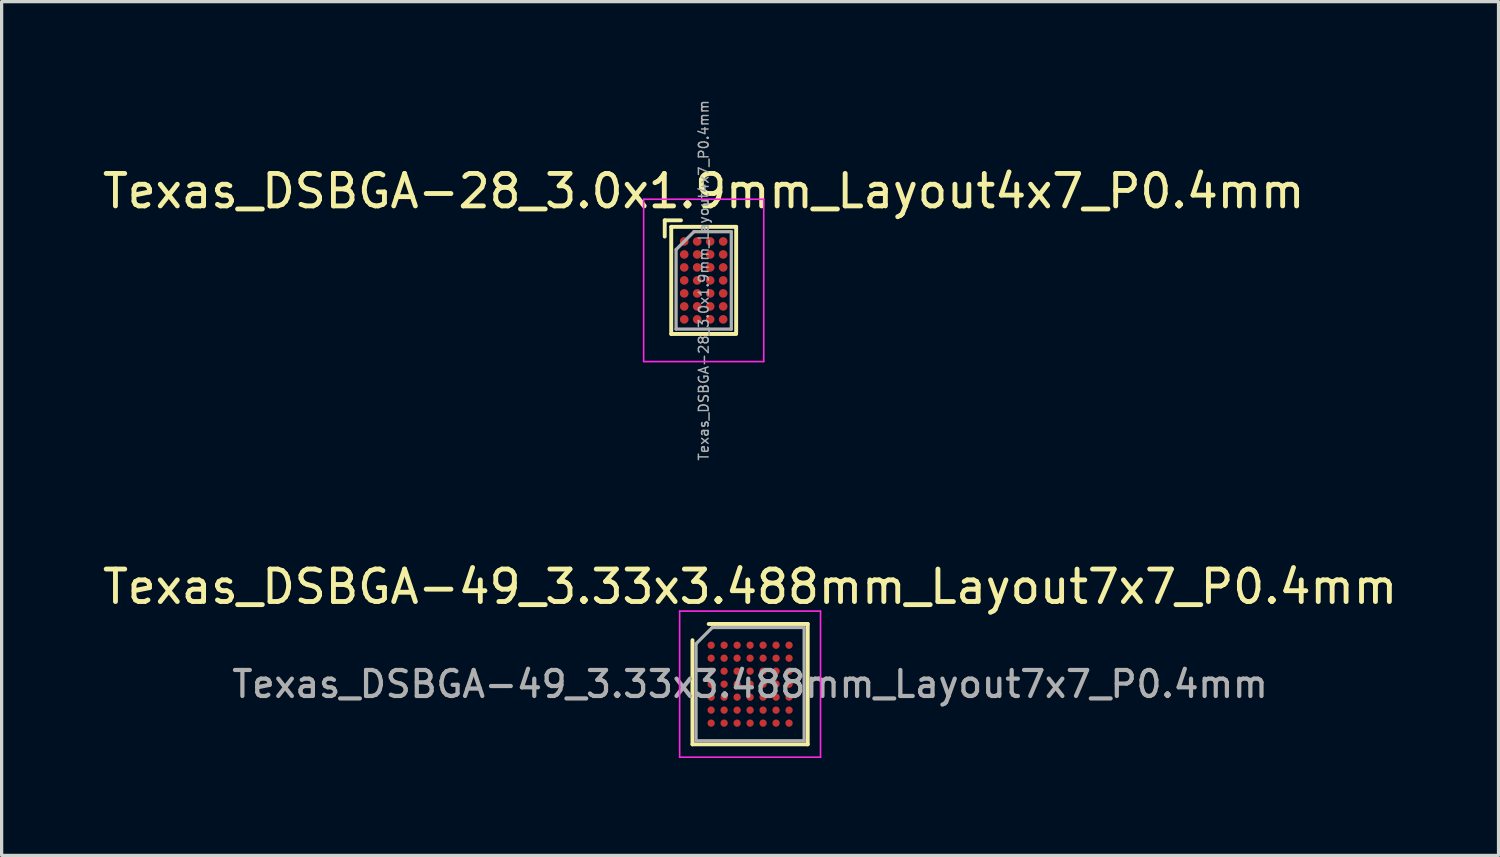
<source format=kicad_pcb>
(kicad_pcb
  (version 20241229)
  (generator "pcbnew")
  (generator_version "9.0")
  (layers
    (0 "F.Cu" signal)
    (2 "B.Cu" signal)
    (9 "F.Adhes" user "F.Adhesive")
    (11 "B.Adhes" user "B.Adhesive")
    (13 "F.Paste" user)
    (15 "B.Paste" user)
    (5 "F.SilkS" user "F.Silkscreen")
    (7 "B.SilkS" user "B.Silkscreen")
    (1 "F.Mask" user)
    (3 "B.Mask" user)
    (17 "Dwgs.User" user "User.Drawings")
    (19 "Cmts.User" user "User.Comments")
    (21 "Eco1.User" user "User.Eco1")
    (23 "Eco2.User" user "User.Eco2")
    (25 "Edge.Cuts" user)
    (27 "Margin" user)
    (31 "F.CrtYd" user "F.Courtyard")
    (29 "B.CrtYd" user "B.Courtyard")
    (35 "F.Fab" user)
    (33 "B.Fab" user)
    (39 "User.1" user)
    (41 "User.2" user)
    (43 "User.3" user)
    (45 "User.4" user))
  (footprint "Texas_DSBGA-49_3.33x3.488mm_Layout7x7_P0.4mm"
    (layer "F.Cu")
    (at 20.054 18.023)
    (property "Reference" "Texas_DSBGA-49_3.33x3.488mm_Layout7x7_P0.4mm" (at 0 -3 0) (layer "F.SilkS") (effects (font (size 1 1) (thickness 0.15))))
    (attr smd)
    (fp_line (start -1.775 1.854) (end -1.775 -1.354) (stroke (width 0.12) (type solid)) (layer "F.SilkS"))
    (fp_line (start 1.775 -1.854) (end -1.275 -1.854) (stroke (width 0.12) (type solid)) (layer "F.SilkS"))
    (fp_line (start 1.775 1.854) (end -1.775 1.854) (stroke (width 0.12) (type solid)) (layer "F.SilkS"))
    (fp_line (start 1.775 1.854) (end 1.775 -1.854) (stroke (width 0.12) (type solid)) (layer "F.SilkS"))
    (fp_line (start -2.17 -2.25) (end 2.17 -2.25) (stroke (width 0.05) (type solid)) (layer "F.CrtYd"))
    (fp_line (start -2.17 2.25) (end -2.17 -2.25) (stroke (width 0.05) (type solid)) (layer "F.CrtYd"))
    (fp_line (start -2.17 2.25) (end 2.17 2.25) (stroke (width 0.05) (type solid)) (layer "F.CrtYd"))
    (fp_line (start 2.17 2.25) (end 2.17 -2.25) (stroke (width 0.05) (type solid)) (layer "F.CrtYd"))
    (fp_line (start -1.665 -1.244) (end -1.665 1.744) (stroke (width 0.1) (type solid)) (layer "F.Fab"))
    (fp_line (start -1.665 -1.244) (end -1.165 -1.744) (stroke (width 0.1) (type solid)) (layer "F.Fab"))
    (fp_line (start 1.665 -1.744) (end -1.165 -1.744) (stroke (width 0.1) (type solid)) (layer "F.Fab"))
    (fp_line (start 1.665 -1.744) (end 1.665 1.744) (stroke (width 0.1) (type solid)) (layer "F.Fab"))
    (fp_line (start 1.665 1.744) (end -1.665 1.744) (stroke (width 0.1) (type solid)) (layer "F.Fab"))
    (fp_text user "${REFERENCE}" (at 0 0 0) (layer "F.Fab") (effects (font (size 0.8 0.8) (thickness 0.13))))
    (pad "A1" smd circle (at -1.2 -1.2) (size 0.225 0.225) (layers "F.Cu" "F.Mask" "F.Paste"))
    (pad "A2" smd circle (at -0.8 -1.2) (size 0.225 0.225) (layers "F.Cu" "F.Mask" "F.Paste"))
    (pad "A3" smd circle (at -0.4 -1.2) (size 0.225 0.225) (layers "F.Cu" "F.Mask" "F.Paste"))
    (pad "A4" smd circle (at 0 -1.2) (size 0.225 0.225) (layers "F.Cu" "F.Mask" "F.Paste"))
    (pad "A5" smd circle (at 0.4 -1.2) (size 0.225 0.225) (layers "F.Cu" "F.Mask" "F.Paste"))
    (pad "A6" smd circle (at 0.8 -1.2) (size 0.225 0.225) (layers "F.Cu" "F.Mask" "F.Paste"))
    (pad "A7" smd circle (at 1.2 -1.2) (size 0.225 0.225) (layers "F.Cu" "F.Mask" "F.Paste"))
    (pad "B1" smd circle (at -1.2 -0.8) (size 0.225 0.225) (layers "F.Cu" "F.Mask" "F.Paste"))
    (pad "B2" smd circle (at -0.8 -0.8) (size 0.225 0.225) (layers "F.Cu" "F.Mask" "F.Paste"))
    (pad "B3" smd circle (at -0.4 -0.8) (size 0.225 0.225) (layers "F.Cu" "F.Mask" "F.Paste"))
    (pad "B4" smd circle (at 0 -0.8) (size 0.225 0.225) (layers "F.Cu" "F.Mask" "F.Paste"))
    (pad "B5" smd circle (at 0.4 -0.8) (size 0.225 0.225) (layers "F.Cu" "F.Mask" "F.Paste"))
    (pad "B6" smd circle (at 0.8 -0.8) (size 0.225 0.225) (layers "F.Cu" "F.Mask" "F.Paste"))
    (pad "B7" smd circle (at 1.2 -0.8) (size 0.225 0.225) (layers "F.Cu" "F.Mask" "F.Paste"))
    (pad "C1" smd circle (at -1.2 -0.4) (size 0.225 0.225) (layers "F.Cu" "F.Mask" "F.Paste"))
    (pad "C2" smd circle (at -0.8 -0.4) (size 0.225 0.225) (layers "F.Cu" "F.Mask" "F.Paste"))
    (pad "C3" smd circle (at -0.4 -0.4) (size 0.225 0.225) (layers "F.Cu" "F.Mask" "F.Paste"))
    (pad "C4" smd circle (at 0 -0.4) (size 0.225 0.225) (layers "F.Cu" "F.Mask" "F.Paste"))
    (pad "C5" smd circle (at 0.4 -0.4) (size 0.225 0.225) (layers "F.Cu" "F.Mask" "F.Paste"))
    (pad "C6" smd circle (at 0.8 -0.4) (size 0.225 0.225) (layers "F.Cu" "F.Mask" "F.Paste"))
    (pad "C7" smd circle (at 1.2 -0.4) (size 0.225 0.225) (layers "F.Cu" "F.Mask" "F.Paste"))
    (pad "D1" smd circle (at -1.2 0) (size 0.225 0.225) (layers "F.Cu" "F.Mask" "F.Paste"))
    (pad "D2" smd circle (at -0.8 0) (size 0.225 0.225) (layers "F.Cu" "F.Mask" "F.Paste"))
    (pad "D3" smd circle (at -0.4 0) (size 0.225 0.225) (layers "F.Cu" "F.Mask" "F.Paste"))
    (pad "D4" smd circle (at 0 0) (size 0.225 0.225) (layers "F.Cu" "F.Mask" "F.Paste"))
    (pad "D5" smd circle (at 0.4 0) (size 0.225 0.225) (layers "F.Cu" "F.Mask" "F.Paste"))
    (pad "D6" smd circle (at 0.8 0) (size 0.225 0.225) (layers "F.Cu" "F.Mask" "F.Paste"))
    (pad "D7" smd circle (at 1.2 0) (size 0.225 0.225) (layers "F.Cu" "F.Mask" "F.Paste"))
    (pad "E1" smd circle (at -1.2 0.4) (size 0.225 0.225) (layers "F.Cu" "F.Mask" "F.Paste"))
    (pad "E2" smd circle (at -0.8 0.4) (size 0.225 0.225) (layers "F.Cu" "F.Mask" "F.Paste"))
    (pad "E3" smd circle (at -0.4 0.4) (size 0.225 0.225) (layers "F.Cu" "F.Mask" "F.Paste"))
    (pad "E4" smd circle (at 0 0.4) (size 0.225 0.225) (layers "F.Cu" "F.Mask" "F.Paste"))
    (pad "E5" smd circle (at 0.4 0.4) (size 0.225 0.225) (layers "F.Cu" "F.Mask" "F.Paste"))
    (pad "E6" smd circle (at 0.8 0.4) (size 0.225 0.225) (layers "F.Cu" "F.Mask" "F.Paste"))
    (pad "E7" smd circle (at 1.2 0.4) (size 0.225 0.225) (layers "F.Cu" "F.Mask" "F.Paste"))
    (pad "F1" smd circle (at -1.2 0.8) (size 0.225 0.225) (layers "F.Cu" "F.Mask" "F.Paste"))
    (pad "F2" smd circle (at -0.8 0.8) (size 0.225 0.225) (layers "F.Cu" "F.Mask" "F.Paste"))
    (pad "F3" smd circle (at -0.4 0.8) (size 0.225 0.225) (layers "F.Cu" "F.Mask" "F.Paste"))
    (pad "F4" smd circle (at 0 0.8) (size 0.225 0.225) (layers "F.Cu" "F.Mask" "F.Paste"))
    (pad "F5" smd circle (at 0.4 0.8) (size 0.225 0.225) (layers "F.Cu" "F.Mask" "F.Paste"))
    (pad "F6" smd circle (at 0.8 0.8) (size 0.225 0.225) (layers "F.Cu" "F.Mask" "F.Paste"))
    (pad "F7" smd circle (at 1.2 0.8) (size 0.225 0.225) (layers "F.Cu" "F.Mask" "F.Paste"))
    (pad "G1" smd circle (at -1.2 1.2) (size 0.225 0.225) (layers "F.Cu" "F.Mask" "F.Paste"))
    (pad "G2" smd circle (at -0.8 1.2) (size 0.225 0.225) (layers "F.Cu" "F.Mask" "F.Paste"))
    (pad "G3" smd circle (at -0.4 1.2) (size 0.225 0.225) (layers "F.Cu" "F.Mask" "F.Paste"))
    (pad "G4" smd circle (at 0 1.2) (size 0.225 0.225) (layers "F.Cu" "F.Mask" "F.Paste"))
    (pad "G5" smd circle (at 0.4 1.2) (size 0.225 0.225) (layers "F.Cu" "F.Mask" "F.Paste"))
    (pad "G6" smd circle (at 0.8 1.2) (size 0.225 0.225) (layers "F.Cu" "F.Mask" "F.Paste"))
    (pad "G7" smd circle (at 1.2 1.2) (size 0.225 0.225) (layers "F.Cu" "F.Mask" "F.Paste")))
  (footprint "Texas_DSBGA-28_3.0x1.9mm_Layout4x7_P0.4mm"
    (layer "F.Cu")
    (at 18.625 5.587)
    (property "Reference" "Texas_DSBGA-28_3.0x1.9mm_Layout4x7_P0.4mm" (at 0 -2.75 0) (layer "F.SilkS") (effects (font (size 1 1) (thickness 0.15))))
    (attr smd)
    (fp_line (start -1.2 -1.85) (end -1.2 -1.35) (stroke (width 0.12) (type solid)) (layer "F.SilkS"))
    (fp_line (start -1 -1.65) (end -1 1.65) (stroke (width 0.12) (type solid)) (layer "F.SilkS"))
    (fp_line (start -1 -1.65) (end 1 -1.65) (stroke (width 0.12) (type solid)) (layer "F.SilkS"))
    (fp_line (start -1 1.65) (end 1 1.65) (stroke (width 0.12) (type solid)) (layer "F.SilkS"))
    (fp_line (start -0.7 -1.85) (end -1.2 -1.85) (stroke (width 0.12) (type solid)) (layer "F.SilkS"))
    (fp_line (start 1 1.6) (end 1 -1.65) (stroke (width 0.12) (type solid)) (layer "F.SilkS"))
    (fp_line (start -1.85 -2.5) (end 1.85 -2.5) (stroke (width 0.05) (type solid)) (layer "F.CrtYd"))
    (fp_line (start -1.85 2.5) (end -1.85 -2.5) (stroke (width 0.05) (type solid)) (layer "F.CrtYd"))
    (fp_line (start -1.85 2.5) (end 1.85 2.5) (stroke (width 0.05) (type solid)) (layer "F.CrtYd"))
    (fp_line (start 1.85 -2.5) (end 1.85 2.5) (stroke (width 0.05) (type solid)) (layer "F.CrtYd"))
    (fp_line (start -0.85 -0.95) (end -0.3 -1.5) (stroke (width 0.1) (type solid)) (layer "F.Fab"))
    (fp_line (start -0.85 1.5) (end -0.85 -0.95) (stroke (width 0.1) (type solid)) (layer "F.Fab"))
    (fp_line (start -0.85 1.5) (end 0.85 1.5) (stroke (width 0.1) (type solid)) (layer "F.Fab"))
    (fp_line (start 0.85 -1.5) (end -0.3 -1.5) (stroke (width 0.1) (type solid)) (layer "F.Fab"))
    (fp_line (start 0.85 1.5) (end 0.85 -1.5) (stroke (width 0.1) (type solid)) (layer "F.Fab"))
    (fp_text user "${REFERENCE}" (at 0 0 90) (layer "F.Fab") (effects (font (size 0.3 0.3) (thickness 0.045))))
    (pad "A1" smd circle (at -0.6 -1.2) (size 0.265 0.265) (layers "F.Cu" "F.Mask" "F.Paste"))
    (pad "A2" smd circle (at -0.2 -1.2) (size 0.265 0.265) (layers "F.Cu" "F.Mask" "F.Paste"))
    (pad "A3" smd circle (at 0.2 -1.2) (size 0.265 0.265) (layers "F.Cu" "F.Mask" "F.Paste"))
    (pad "A4" smd circle (at 0.6 -1.2) (size 0.265 0.265) (layers "F.Cu" "F.Mask" "F.Paste"))
    (pad "B1" smd circle (at -0.6 -0.8) (size 0.265 0.265) (layers "F.Cu" "F.Mask" "F.Paste"))
    (pad "B2" smd circle (at -0.2 -0.8) (size 0.265 0.265) (layers "F.Cu" "F.Mask" "F.Paste"))
    (pad "B3" smd circle (at 0.2 -0.8) (size 0.265 0.265) (layers "F.Cu" "F.Mask" "F.Paste"))
    (pad "B4" smd circle (at 0.6 -0.8) (size 0.265 0.265) (layers "F.Cu" "F.Mask" "F.Paste"))
    (pad "C1" smd circle (at -0.6 -0.4) (size 0.265 0.265) (layers "F.Cu" "F.Mask" "F.Paste"))
    (pad "C2" smd circle (at -0.2 -0.4) (size 0.265 0.265) (layers "F.Cu" "F.Mask" "F.Paste"))
    (pad "C3" smd circle (at 0.2 -0.4) (size 0.265 0.265) (layers "F.Cu" "F.Mask" "F.Paste"))
    (pad "C4" smd circle (at 0.6 -0.4) (size 0.265 0.265) (layers "F.Cu" "F.Mask" "F.Paste"))
    (pad "D1" smd circle (at -0.6 0) (size 0.265 0.265) (layers "F.Cu" "F.Mask" "F.Paste"))
    (pad "D2" smd circle (at -0.2 0) (size 0.265 0.265) (layers "F.Cu" "F.Mask" "F.Paste"))
    (pad "D3" smd circle (at 0.2 0) (size 0.265 0.265) (layers "F.Cu" "F.Mask" "F.Paste"))
    (pad "D4" smd circle (at 0.6 0) (size 0.265 0.265) (layers "F.Cu" "F.Mask" "F.Paste"))
    (pad "E1" smd circle (at -0.6 0.4) (size 0.265 0.265) (layers "F.Cu" "F.Mask" "F.Paste"))
    (pad "E2" smd circle (at -0.2 0.4) (size 0.265 0.265) (layers "F.Cu" "F.Mask" "F.Paste"))
    (pad "E3" smd circle (at 0.2 0.4) (size 0.265 0.265) (layers "F.Cu" "F.Mask" "F.Paste"))
    (pad "E4" smd circle (at 0.6 0.4) (size 0.265 0.265) (layers "F.Cu" "F.Mask" "F.Paste"))
    (pad "F1" smd circle (at -0.6 0.8) (size 0.265 0.265) (layers "F.Cu" "F.Mask" "F.Paste"))
    (pad "F2" smd circle (at -0.2 0.8) (size 0.265 0.265) (layers "F.Cu" "F.Mask" "F.Paste"))
    (pad "F3" smd circle (at 0.2 0.8) (size 0.265 0.265) (layers "F.Cu" "F.Mask" "F.Paste"))
    (pad "F4" smd circle (at 0.6 0.8) (size 0.265 0.265) (layers "F.Cu" "F.Mask" "F.Paste"))
    (pad "G1" smd circle (at -0.6 1.2) (size 0.265 0.265) (layers "F.Cu" "F.Mask" "F.Paste"))
    (pad "G2" smd circle (at -0.2 1.2) (size 0.265 0.265) (layers "F.Cu" "F.Mask" "F.Paste"))
    (pad "G3" smd circle (at 0.2 1.2) (size 0.265 0.265) (layers "F.Cu" "F.Mask" "F.Paste"))
    (pad "G4" smd circle (at 0.6 1.2) (size 0.265 0.265) (layers "F.Cu" "F.Mask" "F.Paste")))
  (gr_rect
    (start -3 -3)
    (end 43.107 23.298)
    (stroke (width 0.1) (type default))
    (fill no)
    (layer "Edge.Cuts")))
</source>
